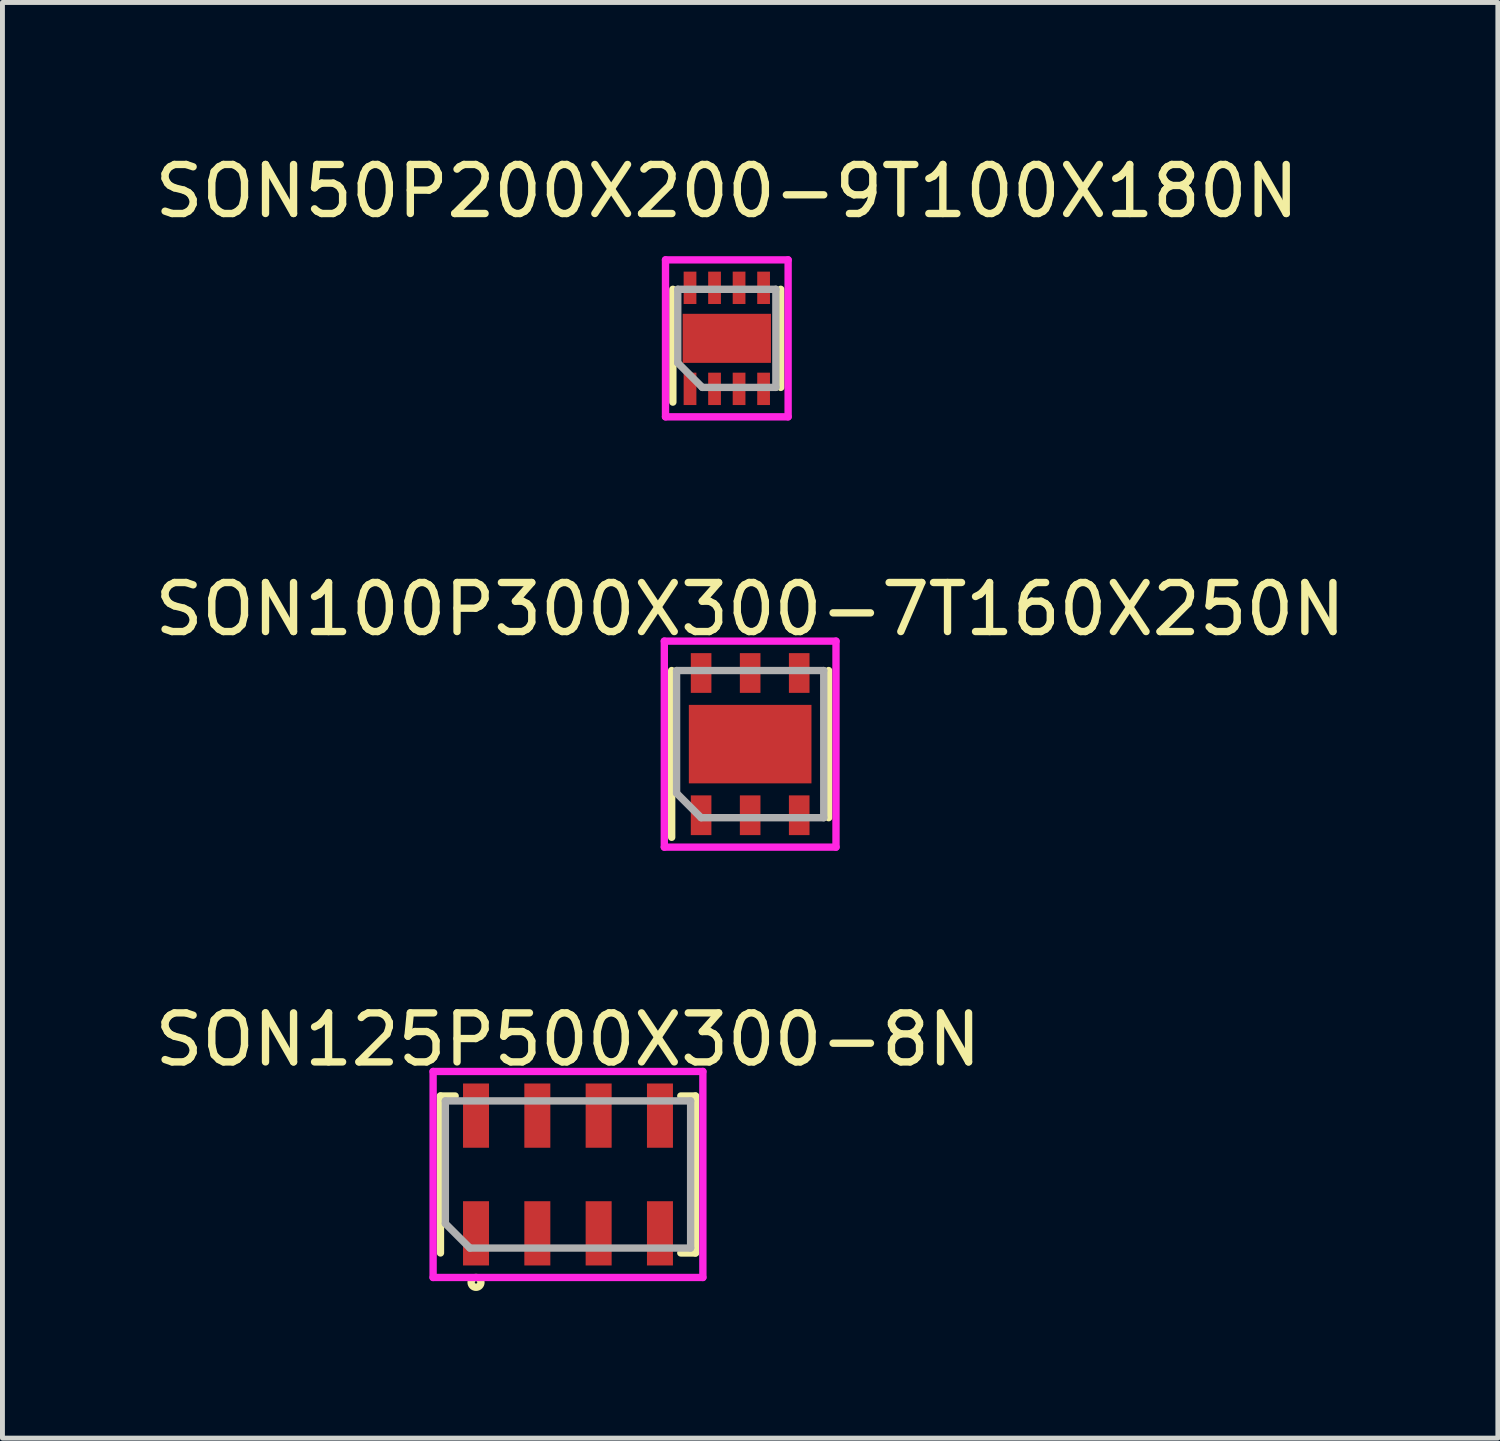
<source format=kicad_pcb>
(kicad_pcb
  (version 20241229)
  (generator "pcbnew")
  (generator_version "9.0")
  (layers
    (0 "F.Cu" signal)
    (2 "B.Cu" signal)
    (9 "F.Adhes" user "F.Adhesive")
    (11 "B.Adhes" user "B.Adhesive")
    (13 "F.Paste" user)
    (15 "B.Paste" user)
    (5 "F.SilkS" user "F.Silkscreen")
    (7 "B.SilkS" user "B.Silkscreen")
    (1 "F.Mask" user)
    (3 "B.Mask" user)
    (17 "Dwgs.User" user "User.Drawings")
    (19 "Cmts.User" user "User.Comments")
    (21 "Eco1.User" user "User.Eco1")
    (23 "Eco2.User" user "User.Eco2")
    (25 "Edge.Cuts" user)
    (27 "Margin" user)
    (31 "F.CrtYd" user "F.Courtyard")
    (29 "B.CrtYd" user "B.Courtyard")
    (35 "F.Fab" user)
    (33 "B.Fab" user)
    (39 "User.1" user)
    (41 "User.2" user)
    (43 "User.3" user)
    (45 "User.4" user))
  (footprint "SON125P500X300-8N"
    (layer "F.Cu")
    (at 8.53 20.895)
    (property "Reference" "SON125P500X300-8N" (at 0 -2.75 0) (layer "F.SilkS") (effects (font (size 1 1) (thickness 0.15))))
    (attr through_hole)
    (fp_line (start -2.6 -1.6) (end -2.6 1.6) (stroke (width 0.15) (type solid)) (layer "F.SilkS"))
    (fp_line (start -2.3 -1.6) (end -2.6 -1.6) (stroke (width 0.15) (type solid)) (layer "F.SilkS"))
    (fp_line (start 2.3 -1.6) (end 2.6 -1.6) (stroke (width 0.15) (type solid)) (layer "F.SilkS"))
    (fp_line (start 2.6 -1.6) (end 2.6 1.6) (stroke (width 0.15) (type solid)) (layer "F.SilkS"))
    (fp_line (start 2.6 1.6) (end 2.3 1.6) (stroke (width 0.15) (type solid)) (layer "F.SilkS"))
    (fp_circle (center -1.875 2.2) (end -1.875 2.1) (stroke (width 0.15) (type solid)) (fill no) (layer "F.SilkS"))
    (fp_line (start -2.75 -2.1) (end 2.75 -2.1) (stroke (width 0.15) (type solid)) (layer "F.CrtYd"))
    (fp_line (start -2.75 2.1) (end -2.75 -2.1) (stroke (width 0.15) (type solid)) (layer "F.CrtYd"))
    (fp_line (start 2.75 -2.1) (end 2.75 2.1) (stroke (width 0.15) (type solid)) (layer "F.CrtYd"))
    (fp_line (start 2.75 2.1) (end -2.75 2.1) (stroke (width 0.15) (type solid)) (layer "F.CrtYd"))
    (fp_line (start -2.5 -1.5) (end 2.5 -1.5) (stroke (width 0.15) (type solid)) (layer "F.Fab"))
    (fp_line (start -2.5 1) (end -2.5 -1.5) (stroke (width 0.15) (type solid)) (layer "F.Fab"))
    (fp_line (start -2 1.5) (end -2.5 1) (stroke (width 0.15) (type solid)) (layer "F.Fab"))
    (fp_line (start 2.5 -1.5) (end 2.5 1.5) (stroke (width 0.15) (type solid)) (layer "F.Fab"))
    (fp_line (start 2.5 1.5) (end -2 1.5) (stroke (width 0.15) (type solid)) (layer "F.Fab"))
    (pad "1" smd rect (at -1.875 1.2 270) (size 1.31 0.53) (layers "F.Cu" "F.Mask" "F.Paste"))
    (pad "2" smd rect (at -0.625 1.2 270) (size 1.31 0.53) (layers "F.Cu" "F.Mask" "F.Paste"))
    (pad "3" smd rect (at 0.625 1.2 270) (size 1.31 0.53) (layers "F.Cu" "F.Mask" "F.Paste"))
    (pad "4" smd rect (at 1.875 1.2 270) (size 1.31 0.53) (layers "F.Cu" "F.Mask" "F.Paste"))
    (pad "5" smd rect (at 1.875 -1.2 90) (size 1.31 0.53) (layers "F.Cu" "F.Mask" "F.Paste"))
    (pad "6" smd rect (at 0.625 -1.2 90) (size 1.31 0.53) (layers "F.Cu" "F.Mask" "F.Paste"))
    (pad "7" smd rect (at -0.625 -1.2 90) (size 1.31 0.53) (layers "F.Cu" "F.Mask" "F.Paste"))
    (pad "8" smd rect (at -1.875 -1.2 90) (size 1.31 0.53) (layers "F.Cu" "F.Mask" "F.Paste")))
  (footprint "SON100P300X300-7T160X250N"
    (layer "F.Cu")
    (at 12.244 12.121)
    (property "Reference" "SON100P300X300-7T160X250N" (at 0 -2.75 0) (layer "F.SilkS") (effects (font (size 1 1) (thickness 0.15))))
    (attr through_hole)
    (fp_line (start -1.6 -1.5) (end -1.6 1.9) (stroke (width 0.15) (type solid)) (layer "F.SilkS"))
    (fp_line (start 1.6 1.5) (end 1.6 -1.5) (stroke (width 0.15) (type solid)) (layer "F.SilkS"))
    (fp_line (start -1.75 -2.1) (end -1.75 2.1) (stroke (width 0.15) (type solid)) (layer "F.CrtYd"))
    (fp_line (start -1.75 2.1) (end 1.75 2.1) (stroke (width 0.15) (type solid)) (layer "F.CrtYd"))
    (fp_line (start 1.75 -2.1) (end -1.75 -2.1) (stroke (width 0.15) (type solid)) (layer "F.CrtYd"))
    (fp_line (start 1.75 2.1) (end 1.75 -2.1) (stroke (width 0.15) (type solid)) (layer "F.CrtYd"))
    (fp_line (start -1.5 -1.5) (end 1.5 -1.5) (stroke (width 0.15) (type solid)) (layer "F.Fab"))
    (fp_line (start -1.5 1) (end -1.5 -1.5) (stroke (width 0.15) (type solid)) (layer "F.Fab"))
    (fp_line (start -1 1.5) (end -1.5 1) (stroke (width 0.15) (type solid)) (layer "F.Fab"))
    (fp_line (start 1.5 -1.5) (end 1.5 1.5) (stroke (width 0.15) (type solid)) (layer "F.Fab"))
    (fp_line (start 1.5 1.5) (end -1 1.5) (stroke (width 0.15) (type solid)) (layer "F.Fab"))
    (pad "" smd rect (at -0.65 0) (size 1 1) (layers "F.Paste"))
    (pad "" smd rect (at 0.65 0) (size 1 1) (layers "F.Paste"))
    (pad "1" smd rect (at -1 1.45) (size 0.42 0.81) (layers "F.Cu" "F.Mask" "F.Paste"))
    (pad "2" smd rect (at 0 1.45) (size 0.42 0.81) (layers "F.Cu" "F.Mask" "F.Paste"))
    (pad "3" smd rect (at 1 1.45) (size 0.42 0.81) (layers "F.Cu" "F.Mask" "F.Paste"))
    (pad "4" smd rect (at 1 -1.45) (size 0.42 0.81) (layers "F.Cu" "F.Mask" "F.Paste"))
    (pad "5" smd rect (at 0 -1.45) (size 0.42 0.81) (layers "F.Cu" "F.Mask" "F.Paste"))
    (pad "6" smd rect (at -1 -1.45) (size 0.42 0.81) (layers "F.Cu" "F.Mask" "F.Paste"))
    (pad "7" smd rect (at 0 0) (size 2.5 1.6) (layers "F.Cu" "F.Mask")))
  (footprint "SON50P200X200-9T100X180N"
    (layer "F.Cu")
    (at 11.768 3.848)
    (property "Reference" "SON50P200X200-9T100X180N" (at 0 -3 0) (layer "F.SilkS") (effects (font (size 1 1) (thickness 0.15))))
    (attr through_hole)
    (fp_line (start -1.1 -1) (end -1.1 1.3) (stroke (width 0.15) (type solid)) (layer "F.SilkS"))
    (fp_line (start 1.1 -1) (end 1.1 1) (stroke (width 0.15) (type solid)) (layer "F.SilkS"))
    (fp_line (start -1.25 -1.6) (end 1.25 -1.6) (stroke (width 0.15) (type solid)) (layer "F.CrtYd"))
    (fp_line (start -1.25 1.6) (end -1.25 -1.6) (stroke (width 0.15) (type solid)) (layer "F.CrtYd"))
    (fp_line (start 1.25 -1.6) (end 1.25 1.6) (stroke (width 0.15) (type solid)) (layer "F.CrtYd"))
    (fp_line (start 1.25 1.6) (end -1.25 1.6) (stroke (width 0.15) (type solid)) (layer "F.CrtYd"))
    (fp_line (start -1 -1) (end 1 -1) (stroke (width 0.15) (type solid)) (layer "F.Fab"))
    (fp_line (start -1 0.5) (end -1 -1) (stroke (width 0.15) (type solid)) (layer "F.Fab"))
    (fp_line (start -0.5 1) (end -1 0.5) (stroke (width 0.15) (type solid)) (layer "F.Fab"))
    (fp_line (start 1 -1) (end 1 1) (stroke (width 0.15) (type solid)) (layer "F.Fab"))
    (fp_line (start 1 1) (end -0.5 1) (stroke (width 0.15) (type solid)) (layer "F.Fab"))
    (pad "" smd rect (at -0.45 0) (size 0.75 0.85) (layers "F.Paste"))
    (pad "" smd rect (at 0.45 0) (size 0.75 0.85) (layers "F.Paste"))
    (pad "1" smd rect (at -0.75 1.03) (size 0.26 0.66) (layers "F.Cu" "F.Mask" "F.Paste"))
    (pad "2" smd rect (at -0.25 1.03) (size 0.26 0.66) (layers "F.Cu" "F.Mask" "F.Paste"))
    (pad "3" smd rect (at 0.25 1.03) (size 0.26 0.66) (layers "F.Cu" "F.Mask" "F.Paste"))
    (pad "4" smd rect (at 0.75 1.03) (size 0.26 0.66) (layers "F.Cu" "F.Mask" "F.Paste"))
    (pad "5" smd rect (at 0.75 -1.03) (size 0.26 0.66) (layers "F.Cu" "F.Mask" "F.Paste"))
    (pad "6" smd rect (at 0.25 -1.03) (size 0.26 0.66) (layers "F.Cu" "F.Mask" "F.Paste"))
    (pad "7" smd rect (at -0.25 -1.03) (size 0.26 0.66) (layers "F.Cu" "F.Mask" "F.Paste"))
    (pad "8" smd rect (at -0.75 -1.03) (size 0.26 0.66) (layers "F.Cu" "F.Mask" "F.Paste"))
    (pad "9" smd rect (at 0 0) (size 1.8 1) (layers "F.Cu" "F.Mask")))
  (gr_rect
    (start -3 -3)
    (end 27.488 26.27)
    (stroke (width 0.1) (type default))
    (fill no)
    (layer "Edge.Cuts")))
</source>
